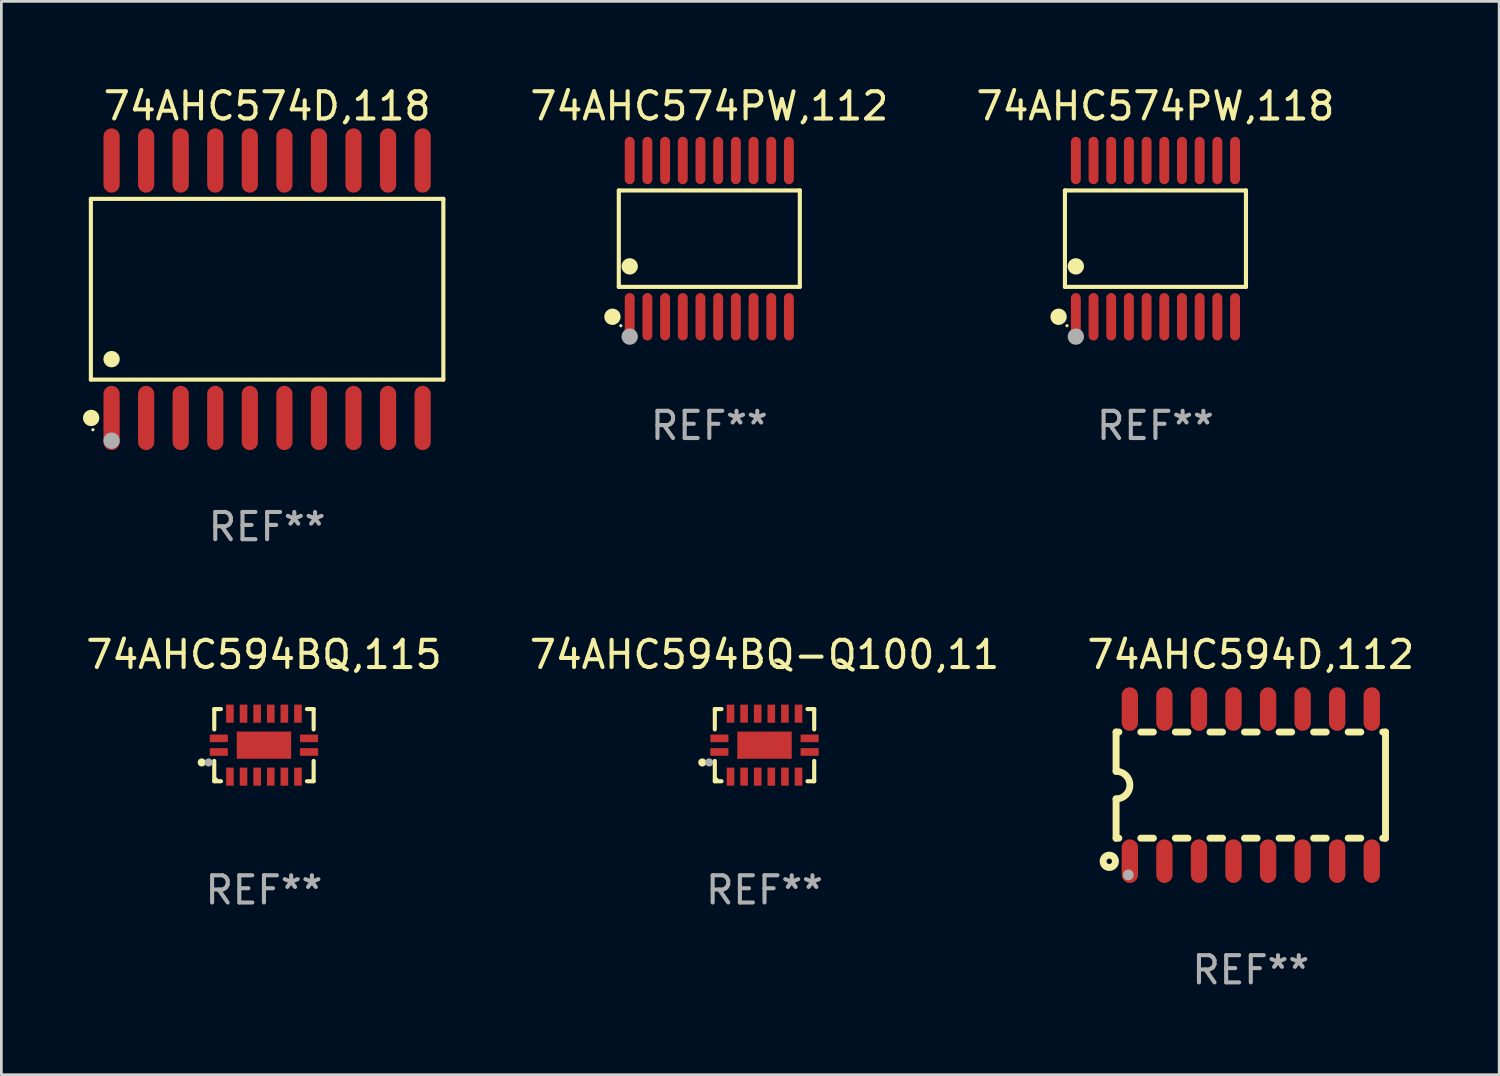
<source format=kicad_pcb>
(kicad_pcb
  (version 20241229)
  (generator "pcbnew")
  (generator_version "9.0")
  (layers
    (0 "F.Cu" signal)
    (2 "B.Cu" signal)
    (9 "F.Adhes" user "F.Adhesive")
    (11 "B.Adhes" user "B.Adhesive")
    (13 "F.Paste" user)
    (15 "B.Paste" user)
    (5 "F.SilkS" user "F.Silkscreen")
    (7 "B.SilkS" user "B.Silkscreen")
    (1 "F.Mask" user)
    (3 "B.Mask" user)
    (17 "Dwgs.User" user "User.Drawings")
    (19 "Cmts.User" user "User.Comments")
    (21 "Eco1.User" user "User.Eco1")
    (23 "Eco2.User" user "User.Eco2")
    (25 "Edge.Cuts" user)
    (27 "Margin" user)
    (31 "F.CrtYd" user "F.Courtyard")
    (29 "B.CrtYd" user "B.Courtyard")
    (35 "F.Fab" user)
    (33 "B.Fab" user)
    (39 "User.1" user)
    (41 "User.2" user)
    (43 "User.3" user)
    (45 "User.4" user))
  (footprint "74AHC594BQ-Q100,11"
    (layer "F.Cu")
    (at 25.042 24.331)
    (property "Reference" "74AHC594BQ-Q100,11" (at 0 -3.326 0) (layer "F.SilkS") (effects (font (size 1 1) (thickness 0.15))))
    (attr through_hole)
    (fp_line (start -1.826 -1.326) (end -1.58 -1.326) (stroke (width 0.152) (type solid)) (layer "F.SilkS"))
    (fp_line (start -1.826 -0.58) (end -1.826 -1.326) (stroke (width 0.152) (type solid)) (layer "F.SilkS"))
    (fp_line (start -1.826 0.58) (end -1.826 1.326) (stroke (width 0.152) (type solid)) (layer "F.SilkS"))
    (fp_line (start -1.826 1.326) (end -1.58 1.326) (stroke (width 0.152) (type solid)) (layer "F.SilkS"))
    (fp_line (start 1.826 -1.326) (end 1.58 -1.326) (stroke (width 0.152) (type solid)) (layer "F.SilkS"))
    (fp_line (start 1.826 -0.58) (end 1.826 -1.326) (stroke (width 0.152) (type solid)) (layer "F.SilkS"))
    (fp_line (start 1.826 0.58) (end 1.826 1.326) (stroke (width 0.152) (type solid)) (layer "F.SilkS"))
    (fp_line (start 1.826 1.326) (end 1.58 1.326) (stroke (width 0.152) (type solid)) (layer "F.SilkS"))
    (fp_circle (center -2.286 0.635) (end -2.211 0.635) (stroke (width 0.15) (type solid)) (fill no) (layer "F.SilkS"))
    (fp_circle (center -1.75 1.25) (end -1.72 1.25) (stroke (width 0.06) (type solid)) (fill no) (layer "F.SilkS"))
    (fp_circle (center -2.032 0.635) (end -1.957 0.635) (stroke (width 0.15) (type solid)) (fill no) (layer "F.Fab"))
    (fp_text user "REF**" (at 0 5.326 0) (layer "F.Fab") (effects (font (size 1 1) (thickness 0.15))))
    (pad "1" smd rect (at -1.658 0.25) (size 0.665 0.28) (layers "F.Cu" "F.Mask" "F.Paste"))
    (pad "2" smd rect (at -1.25 1.157) (size 0.28 0.665) (layers "F.Cu" "F.Mask" "F.Paste"))
    (pad "3" smd rect (at -0.75 1.157) (size 0.28 0.665) (layers "F.Cu" "F.Mask" "F.Paste"))
    (pad "4" smd rect (at -0.25 1.157) (size 0.28 0.665) (layers "F.Cu" "F.Mask" "F.Paste"))
    (pad "5" smd rect (at 0.25 1.157) (size 0.28 0.665) (layers "F.Cu" "F.Mask" "F.Paste"))
    (pad "6" smd rect (at 0.75 1.157) (size 0.28 0.665) (layers "F.Cu" "F.Mask" "F.Paste"))
    (pad "7" smd rect (at 1.25 1.157) (size 0.28 0.665) (layers "F.Cu" "F.Mask" "F.Paste"))
    (pad "8" smd rect (at 1.658 0.25) (size 0.665 0.28) (layers "F.Cu" "F.Mask" "F.Paste"))
    (pad "9" smd rect (at 1.658 -0.25) (size 0.665 0.28) (layers "F.Cu" "F.Mask" "F.Paste"))
    (pad "10" smd rect (at 1.25 -1.157) (size 0.28 0.665) (layers "F.Cu" "F.Mask" "F.Paste"))
    (pad "11" smd rect (at 0.75 -1.157) (size 0.28 0.665) (layers "F.Cu" "F.Mask" "F.Paste"))
    (pad "12" smd rect (at 0.25 -1.157) (size 0.28 0.665) (layers "F.Cu" "F.Mask" "F.Paste"))
    (pad "13" smd rect (at -0.25 -1.157) (size 0.28 0.665) (layers "F.Cu" "F.Mask" "F.Paste"))
    (pad "14" smd rect (at -0.75 -1.157) (size 0.28 0.665) (layers "F.Cu" "F.Mask" "F.Paste"))
    (pad "15" smd rect (at -1.25 -1.157) (size 0.28 0.665) (layers "F.Cu" "F.Mask" "F.Paste"))
    (pad "16" smd rect (at -1.658 -0.25) (size 0.665 0.28) (layers "F.Cu" "F.Mask" "F.Paste"))
    (pad "17" smd rect (at 0 0) (size 2 1) (layers "F.Cu" "F.Mask" "F.Paste")))
  (footprint "74AHC574D,118"
    (layer "F.Cu")
    (at 6.765 7.578)
    (property "Reference" "74AHC574D,118" (at 0 -6.73 0) (layer "F.SilkS") (effects (font (size 1 1) (thickness 0.15))))
    (attr through_hole)
    (fp_line (start -6.476 -3.321) (end 6.476 -3.321) (stroke (width 0.152) (type solid)) (layer "F.SilkS"))
    (fp_line (start -6.476 3.321) (end -6.476 -3.321) (stroke (width 0.152) (type solid)) (layer "F.SilkS"))
    (fp_line (start 6.476 -3.321) (end 6.476 3.321) (stroke (width 0.152) (type solid)) (layer "F.SilkS"))
    (fp_line (start 6.476 3.321) (end -6.476 3.321) (stroke (width 0.152) (type solid)) (layer "F.SilkS"))
    (fp_circle (center -6.465 4.73) (end -6.315 4.73) (stroke (width 0.3) (type solid)) (fill no) (layer "F.SilkS"))
    (fp_circle (center -6.4 5.163) (end -6.37 5.163) (stroke (width 0.06) (type solid)) (fill no) (layer "F.SilkS"))
    (fp_circle (center -5.715 2.569) (end -5.565 2.569) (stroke (width 0.3) (type solid)) (fill no) (layer "F.SilkS"))
    (fp_circle (center -5.715 5.563) (end -5.565 5.563) (stroke (width 0.3) (type solid)) (fill no) (layer "F.Fab"))
    (fp_text user "REF**" (at 0 8.73 0) (layer "F.Fab") (effects (font (size 1 1) (thickness 0.15))))
    (pad "1" smd oval (at -5.715 4.73) (size 0.595 2.36) (layers "F.Cu" "F.Mask" "F.Paste"))
    (pad "2" smd oval (at -4.445 4.73) (size 0.595 2.36) (layers "F.Cu" "F.Mask" "F.Paste"))
    (pad "3" smd oval (at -3.175 4.73) (size 0.595 2.36) (layers "F.Cu" "F.Mask" "F.Paste"))
    (pad "4" smd oval (at -1.905 4.73) (size 0.595 2.36) (layers "F.Cu" "F.Mask" "F.Paste"))
    (pad "5" smd oval (at -0.635 4.73) (size 0.595 2.36) (layers "F.Cu" "F.Mask" "F.Paste"))
    (pad "6" smd oval (at 0.635 4.73) (size 0.595 2.36) (layers "F.Cu" "F.Mask" "F.Paste"))
    (pad "7" smd oval (at 1.905 4.73) (size 0.595 2.36) (layers "F.Cu" "F.Mask" "F.Paste"))
    (pad "8" smd oval (at 3.175 4.73) (size 0.595 2.36) (layers "F.Cu" "F.Mask" "F.Paste"))
    (pad "9" smd oval (at 4.445 4.73) (size 0.595 2.36) (layers "F.Cu" "F.Mask" "F.Paste"))
    (pad "10" smd oval (at 5.715 4.73) (size 0.595 2.36) (layers "F.Cu" "F.Mask" "F.Paste"))
    (pad "11" smd oval (at 5.715 -4.73) (size 0.595 2.36) (layers "F.Cu" "F.Mask" "F.Paste"))
    (pad "12" smd oval (at 4.445 -4.73) (size 0.595 2.36) (layers "F.Cu" "F.Mask" "F.Paste"))
    (pad "13" smd oval (at 3.175 -4.73) (size 0.595 2.36) (layers "F.Cu" "F.Mask" "F.Paste"))
    (pad "14" smd oval (at 1.905 -4.73) (size 0.595 2.36) (layers "F.Cu" "F.Mask" "F.Paste"))
    (pad "15" smd oval (at 0.635 -4.73) (size 0.595 2.36) (layers "F.Cu" "F.Mask" "F.Paste"))
    (pad "16" smd oval (at -0.635 -4.73) (size 0.595 2.36) (layers "F.Cu" "F.Mask" "F.Paste"))
    (pad "17" smd oval (at -1.905 -4.73) (size 0.595 2.36) (layers "F.Cu" "F.Mask" "F.Paste"))
    (pad "18" smd oval (at -3.175 -4.73) (size 0.595 2.36) (layers "F.Cu" "F.Mask" "F.Paste"))
    (pad "19" smd oval (at -4.445 -4.73) (size 0.595 2.36) (layers "F.Cu" "F.Mask" "F.Paste"))
    (pad "20" smd oval (at -5.715 -4.73) (size 0.595 2.36) (layers "F.Cu" "F.Mask" "F.Paste")))
  (footprint "74AHC574PW,118"
    (layer "F.Cu")
    (at 39.407 5.719)
    (property "Reference" "74AHC574PW,118" (at 0 -4.871 0) (layer "F.SilkS") (effects (font (size 1 1) (thickness 0.15))))
    (attr through_hole)
    (fp_line (start -3.326 -1.771) (end 3.326 -1.771) (stroke (width 0.152) (type solid)) (layer "F.SilkS"))
    (fp_line (start -3.326 1.771) (end -3.326 -1.771) (stroke (width 0.152) (type solid)) (layer "F.SilkS"))
    (fp_line (start 3.326 -1.771) (end 3.326 1.771) (stroke (width 0.152) (type solid)) (layer "F.SilkS"))
    (fp_line (start 3.326 1.771) (end -3.326 1.771) (stroke (width 0.152) (type solid)) (layer "F.SilkS"))
    (fp_circle (center -3.559 2.871) (end -3.409 2.871) (stroke (width 0.3) (type solid)) (fill no) (layer "F.SilkS"))
    (fp_circle (center -3.25 3.2) (end -3.22 3.2) (stroke (width 0.06) (type solid)) (fill no) (layer "F.SilkS"))
    (fp_circle (center -2.925 1.019) (end -2.775 1.019) (stroke (width 0.3) (type solid)) (fill no) (layer "F.SilkS"))
    (fp_circle (center -2.925 3.6) (end -2.775 3.6) (stroke (width 0.3) (type solid)) (fill no) (layer "F.Fab"))
    (fp_text user "REF**" (at 0 6.871 0) (layer "F.Fab") (effects (font (size 1 1) (thickness 0.15))))
    (pad "1" smd oval (at -2.925 2.871) (size 0.364 1.742) (layers "F.Cu" "F.Mask" "F.Paste"))
    (pad "2" smd oval (at -2.275 2.871) (size 0.364 1.742) (layers "F.Cu" "F.Mask" "F.Paste"))
    (pad "3" smd oval (at -1.625 2.871) (size 0.364 1.742) (layers "F.Cu" "F.Mask" "F.Paste"))
    (pad "4" smd oval (at -0.975 2.871) (size 0.364 1.742) (layers "F.Cu" "F.Mask" "F.Paste"))
    (pad "5" smd oval (at -0.325 2.871) (size 0.364 1.742) (layers "F.Cu" "F.Mask" "F.Paste"))
    (pad "6" smd oval (at 0.325 2.871) (size 0.364 1.742) (layers "F.Cu" "F.Mask" "F.Paste"))
    (pad "7" smd oval (at 0.975 2.871) (size 0.364 1.742) (layers "F.Cu" "F.Mask" "F.Paste"))
    (pad "8" smd oval (at 1.625 2.871) (size 0.364 1.742) (layers "F.Cu" "F.Mask" "F.Paste"))
    (pad "9" smd oval (at 2.275 2.871) (size 0.364 1.742) (layers "F.Cu" "F.Mask" "F.Paste"))
    (pad "10" smd oval (at 2.925 2.871) (size 0.364 1.742) (layers "F.Cu" "F.Mask" "F.Paste"))
    (pad "11" smd oval (at 2.925 -2.871) (size 0.364 1.742) (layers "F.Cu" "F.Mask" "F.Paste"))
    (pad "12" smd oval (at 2.275 -2.871) (size 0.364 1.742) (layers "F.Cu" "F.Mask" "F.Paste"))
    (pad "13" smd oval (at 1.625 -2.871) (size 0.364 1.742) (layers "F.Cu" "F.Mask" "F.Paste"))
    (pad "14" smd oval (at 0.975 -2.871) (size 0.364 1.742) (layers "F.Cu" "F.Mask" "F.Paste"))
    (pad "15" smd oval (at 0.325 -2.871) (size 0.364 1.742) (layers "F.Cu" "F.Mask" "F.Paste"))
    (pad "16" smd oval (at -0.325 -2.871) (size 0.364 1.742) (layers "F.Cu" "F.Mask" "F.Paste"))
    (pad "17" smd oval (at -0.975 -2.871) (size 0.364 1.742) (layers "F.Cu" "F.Mask" "F.Paste"))
    (pad "18" smd oval (at -1.625 -2.871) (size 0.364 1.742) (layers "F.Cu" "F.Mask" "F.Paste"))
    (pad "19" smd oval (at -2.275 -2.871) (size 0.364 1.742) (layers "F.Cu" "F.Mask" "F.Paste"))
    (pad "20" smd oval (at -2.925 -2.871) (size 0.364 1.742) (layers "F.Cu" "F.Mask" "F.Paste")))
  (footprint "74AHC574PW,112"
    (layer "F.Cu")
    (at 23.014 5.719)
    (property "Reference" "74AHC574PW,112" (at 0 -4.871 0) (layer "F.SilkS") (effects (font (size 1 1) (thickness 0.15))))
    (attr through_hole)
    (fp_line (start -3.326 -1.771) (end 3.326 -1.771) (stroke (width 0.152) (type solid)) (layer "F.SilkS"))
    (fp_line (start -3.326 1.771) (end -3.326 -1.771) (stroke (width 0.152) (type solid)) (layer "F.SilkS"))
    (fp_line (start 3.326 -1.771) (end 3.326 1.771) (stroke (width 0.152) (type solid)) (layer "F.SilkS"))
    (fp_line (start 3.326 1.771) (end -3.326 1.771) (stroke (width 0.152) (type solid)) (layer "F.SilkS"))
    (fp_circle (center -3.559 2.871) (end -3.409 2.871) (stroke (width 0.3) (type solid)) (fill no) (layer "F.SilkS"))
    (fp_circle (center -3.25 3.2) (end -3.22 3.2) (stroke (width 0.06) (type solid)) (fill no) (layer "F.SilkS"))
    (fp_circle (center -2.925 1.019) (end -2.775 1.019) (stroke (width 0.3) (type solid)) (fill no) (layer "F.SilkS"))
    (fp_circle (center -2.925 3.6) (end -2.775 3.6) (stroke (width 0.3) (type solid)) (fill no) (layer "F.Fab"))
    (fp_text user "REF**" (at 0 6.871 0) (layer "F.Fab") (effects (font (size 1 1) (thickness 0.15))))
    (pad "1" smd oval (at -2.925 2.871) (size 0.364 1.742) (layers "F.Cu" "F.Mask" "F.Paste"))
    (pad "2" smd oval (at -2.275 2.871) (size 0.364 1.742) (layers "F.Cu" "F.Mask" "F.Paste"))
    (pad "3" smd oval (at -1.625 2.871) (size 0.364 1.742) (layers "F.Cu" "F.Mask" "F.Paste"))
    (pad "4" smd oval (at -0.975 2.871) (size 0.364 1.742) (layers "F.Cu" "F.Mask" "F.Paste"))
    (pad "5" smd oval (at -0.325 2.871) (size 0.364 1.742) (layers "F.Cu" "F.Mask" "F.Paste"))
    (pad "6" smd oval (at 0.325 2.871) (size 0.364 1.742) (layers "F.Cu" "F.Mask" "F.Paste"))
    (pad "7" smd oval (at 0.975 2.871) (size 0.364 1.742) (layers "F.Cu" "F.Mask" "F.Paste"))
    (pad "8" smd oval (at 1.625 2.871) (size 0.364 1.742) (layers "F.Cu" "F.Mask" "F.Paste"))
    (pad "9" smd oval (at 2.275 2.871) (size 0.364 1.742) (layers "F.Cu" "F.Mask" "F.Paste"))
    (pad "10" smd oval (at 2.925 2.871) (size 0.364 1.742) (layers "F.Cu" "F.Mask" "F.Paste"))
    (pad "11" smd oval (at 2.925 -2.871) (size 0.364 1.742) (layers "F.Cu" "F.Mask" "F.Paste"))
    (pad "12" smd oval (at 2.275 -2.871) (size 0.364 1.742) (layers "F.Cu" "F.Mask" "F.Paste"))
    (pad "13" smd oval (at 1.625 -2.871) (size 0.364 1.742) (layers "F.Cu" "F.Mask" "F.Paste"))
    (pad "14" smd oval (at 0.975 -2.871) (size 0.364 1.742) (layers "F.Cu" "F.Mask" "F.Paste"))
    (pad "15" smd oval (at 0.325 -2.871) (size 0.364 1.742) (layers "F.Cu" "F.Mask" "F.Paste"))
    (pad "16" smd oval (at -0.325 -2.871) (size 0.364 1.742) (layers "F.Cu" "F.Mask" "F.Paste"))
    (pad "17" smd oval (at -0.975 -2.871) (size 0.364 1.742) (layers "F.Cu" "F.Mask" "F.Paste"))
    (pad "18" smd oval (at -1.625 -2.871) (size 0.364 1.742) (layers "F.Cu" "F.Mask" "F.Paste"))
    (pad "19" smd oval (at -2.275 -2.871) (size 0.364 1.742) (layers "F.Cu" "F.Mask" "F.Paste"))
    (pad "20" smd oval (at -2.925 -2.871) (size 0.364 1.742) (layers "F.Cu" "F.Mask" "F.Paste")))
  (footprint "74AHC594D,112"
    (layer "F.Cu")
    (at 42.911 25.799)
    (property "Reference" "74AHC594D,112" (at 0 -4.794 0) (layer "F.SilkS") (effects (font (size 1 1) (thickness 0.15))))
    (attr through_hole)
    (fp_line (start -4.95 -1.95) (end -4.95 -0.508) (stroke (width 0.254) (type solid)) (layer "F.SilkS"))
    (fp_line (start -4.95 -1.95) (end -4.849 -1.95) (stroke (width 0.254) (type solid)) (layer "F.SilkS"))
    (fp_line (start -4.95 1.95) (end -4.95 0.508) (stroke (width 0.254) (type solid)) (layer "F.SilkS"))
    (fp_line (start -4.95 1.95) (end -4.849 1.95) (stroke (width 0.254) (type solid)) (layer "F.SilkS"))
    (fp_line (start -4.041 -1.95) (end -3.579 -1.95) (stroke (width 0.254) (type solid)) (layer "F.SilkS"))
    (fp_line (start -4.041 1.95) (end -3.579 1.95) (stroke (width 0.254) (type solid)) (layer "F.SilkS"))
    (fp_line (start -2.771 -1.95) (end -2.309 -1.95) (stroke (width 0.254) (type solid)) (layer "F.SilkS"))
    (fp_line (start -2.771 1.95) (end -2.309 1.95) (stroke (width 0.254) (type solid)) (layer "F.SilkS"))
    (fp_line (start -1.501 -1.95) (end -1.039 -1.95) (stroke (width 0.254) (type solid)) (layer "F.SilkS"))
    (fp_line (start -1.501 1.95) (end -1.039 1.95) (stroke (width 0.254) (type solid)) (layer "F.SilkS"))
    (fp_line (start -0.231 -1.95) (end 0.231 -1.95) (stroke (width 0.254) (type solid)) (layer "F.SilkS"))
    (fp_line (start -0.231 1.95) (end 0.231 1.95) (stroke (width 0.254) (type solid)) (layer "F.SilkS"))
    (fp_line (start 1.039 -1.95) (end 1.501 -1.95) (stroke (width 0.254) (type solid)) (layer "F.SilkS"))
    (fp_line (start 1.039 1.95) (end 1.501 1.95) (stroke (width 0.254) (type solid)) (layer "F.SilkS"))
    (fp_line (start 2.309 -1.95) (end 2.771 -1.95) (stroke (width 0.254) (type solid)) (layer "F.SilkS"))
    (fp_line (start 2.309 1.95) (end 2.771 1.95) (stroke (width 0.254) (type solid)) (layer "F.SilkS"))
    (fp_line (start 3.579 -1.95) (end 4.041 -1.95) (stroke (width 0.254) (type solid)) (layer "F.SilkS"))
    (fp_line (start 3.579 1.95) (end 4.041 1.95) (stroke (width 0.254) (type solid)) (layer "F.SilkS"))
    (fp_line (start 4.849 -1.95) (end 4.95 -1.95) (stroke (width 0.254) (type solid)) (layer "F.SilkS"))
    (fp_line (start 4.849 1.95) (end 4.95 1.95) (stroke (width 0.254) (type solid)) (layer "F.SilkS"))
    (fp_line (start 4.95 -1.95) (end 4.95 1.95) (stroke (width 0.254) (type solid)) (layer "F.SilkS"))
    (fp_arc (start -4.95047 -0.508001) (mid -4.442469 -0.000228) (end -4.950013 0.508001) (stroke (width 0.254001) (type solid)) (layer "F.SilkS"))
    (fp_circle (center -5.2 2.8) (end -5.1 2.8) (stroke (width 0.254) (type solid)) (fill no) (layer "F.SilkS"))
    (fp_circle (center -4.95 2.947) (end -4.92 2.947) (stroke (width 0.06) (type solid)) (fill no) (layer "F.SilkS"))
    (fp_circle (center -4.5 3.3) (end -4.4 3.3) (stroke (width 0.2) (type solid)) (fill no) (layer "F.Fab"))
    (fp_text user "REF**" (at 0 6.794 0) (layer "F.Fab") (effects (font (size 1 1) (thickness 0.15))))
    (pad "1" smd oval (at -4.445 2.794) (size 0.6 1.6) (layers "F.Cu" "F.Mask" "F.Paste"))
    (pad "2" smd oval (at -3.175 2.794) (size 0.6 1.6) (layers "F.Cu" "F.Mask" "F.Paste"))
    (pad "3" smd oval (at -1.905 2.794) (size 0.6 1.6) (layers "F.Cu" "F.Mask" "F.Paste"))
    (pad "4" smd oval (at -0.635 2.794) (size 0.6 1.6) (layers "F.Cu" "F.Mask" "F.Paste"))
    (pad "5" smd oval (at 0.635 2.794) (size 0.6 1.6) (layers "F.Cu" "F.Mask" "F.Paste"))
    (pad "6" smd oval (at 1.905 2.794) (size 0.6 1.6) (layers "F.Cu" "F.Mask" "F.Paste"))
    (pad "7" smd oval (at 3.175 2.794) (size 0.6 1.6) (layers "F.Cu" "F.Mask" "F.Paste"))
    (pad "8" smd oval (at 4.445 2.794) (size 0.6 1.6) (layers "F.Cu" "F.Mask" "F.Paste"))
    (pad "9" smd oval (at 4.445 -2.794) (size 0.6 1.6) (layers "F.Cu" "F.Mask" "F.Paste"))
    (pad "10" smd oval (at 3.175 -2.794) (size 0.6 1.6) (layers "F.Cu" "F.Mask" "F.Paste"))
    (pad "11" smd oval (at 1.905 -2.794) (size 0.6 1.6) (layers "F.Cu" "F.Mask" "F.Paste"))
    (pad "12" smd oval (at 0.635 -2.794) (size 0.6 1.6) (layers "F.Cu" "F.Mask" "F.Paste"))
    (pad "13" smd oval (at -0.635 -2.794) (size 0.6 1.6) (layers "F.Cu" "F.Mask" "F.Paste"))
    (pad "14" smd oval (at -1.905 -2.794) (size 0.6 1.6) (layers "F.Cu" "F.Mask" "F.Paste"))
    (pad "15" smd oval (at -3.175 -2.794) (size 0.6 1.6) (layers "F.Cu" "F.Mask" "F.Paste"))
    (pad "16" smd oval (at -4.445 -2.794) (size 0.6 1.6) (layers "F.Cu" "F.Mask" "F.Paste")))
  (footprint "74AHC594BQ,115"
    (layer "F.Cu")
    (at 6.649 24.331)
    (property "Reference" "74AHC594BQ,115" (at 0 -3.326 0) (layer "F.SilkS") (effects (font (size 1 1) (thickness 0.15))))
    (attr through_hole)
    (fp_line (start -1.826 -1.326) (end -1.58 -1.326) (stroke (width 0.152) (type solid)) (layer "F.SilkS"))
    (fp_line (start -1.826 -0.58) (end -1.826 -1.326) (stroke (width 0.152) (type solid)) (layer "F.SilkS"))
    (fp_line (start -1.826 0.58) (end -1.826 1.326) (stroke (width 0.152) (type solid)) (layer "F.SilkS"))
    (fp_line (start -1.826 1.326) (end -1.58 1.326) (stroke (width 0.152) (type solid)) (layer "F.SilkS"))
    (fp_line (start 1.826 -1.326) (end 1.58 -1.326) (stroke (width 0.152) (type solid)) (layer "F.SilkS"))
    (fp_line (start 1.826 -0.58) (end 1.826 -1.326) (stroke (width 0.152) (type solid)) (layer "F.SilkS"))
    (fp_line (start 1.826 0.58) (end 1.826 1.326) (stroke (width 0.152) (type solid)) (layer "F.SilkS"))
    (fp_line (start 1.826 1.326) (end 1.58 1.326) (stroke (width 0.152) (type solid)) (layer "F.SilkS"))
    (fp_circle (center -2.286 0.635) (end -2.211 0.635) (stroke (width 0.15) (type solid)) (fill no) (layer "F.SilkS"))
    (fp_circle (center -1.75 1.25) (end -1.72 1.25) (stroke (width 0.06) (type solid)) (fill no) (layer "F.SilkS"))
    (fp_circle (center -2.032 0.635) (end -1.957 0.635) (stroke (width 0.15) (type solid)) (fill no) (layer "F.Fab"))
    (fp_text user "REF**" (at 0 5.326 0) (layer "F.Fab") (effects (font (size 1 1) (thickness 0.15))))
    (pad "1" smd rect (at -1.658 0.25) (size 0.665 0.28) (layers "F.Cu" "F.Mask" "F.Paste"))
    (pad "2" smd rect (at -1.25 1.157) (size 0.28 0.665) (layers "F.Cu" "F.Mask" "F.Paste"))
    (pad "3" smd rect (at -0.75 1.157) (size 0.28 0.665) (layers "F.Cu" "F.Mask" "F.Paste"))
    (pad "4" smd rect (at -0.25 1.157) (size 0.28 0.665) (layers "F.Cu" "F.Mask" "F.Paste"))
    (pad "5" smd rect (at 0.25 1.157) (size 0.28 0.665) (layers "F.Cu" "F.Mask" "F.Paste"))
    (pad "6" smd rect (at 0.75 1.157) (size 0.28 0.665) (layers "F.Cu" "F.Mask" "F.Paste"))
    (pad "7" smd rect (at 1.25 1.157) (size 0.28 0.665) (layers "F.Cu" "F.Mask" "F.Paste"))
    (pad "8" smd rect (at 1.658 0.25) (size 0.665 0.28) (layers "F.Cu" "F.Mask" "F.Paste"))
    (pad "9" smd rect (at 1.658 -0.25) (size 0.665 0.28) (layers "F.Cu" "F.Mask" "F.Paste"))
    (pad "10" smd rect (at 1.25 -1.157) (size 0.28 0.665) (layers "F.Cu" "F.Mask" "F.Paste"))
    (pad "11" smd rect (at 0.75 -1.157) (size 0.28 0.665) (layers "F.Cu" "F.Mask" "F.Paste"))
    (pad "12" smd rect (at 0.25 -1.157) (size 0.28 0.665) (layers "F.Cu" "F.Mask" "F.Paste"))
    (pad "13" smd rect (at -0.25 -1.157) (size 0.28 0.665) (layers "F.Cu" "F.Mask" "F.Paste"))
    (pad "14" smd rect (at -0.75 -1.157) (size 0.28 0.665) (layers "F.Cu" "F.Mask" "F.Paste"))
    (pad "15" smd rect (at -1.25 -1.157) (size 0.28 0.665) (layers "F.Cu" "F.Mask" "F.Paste"))
    (pad "16" smd rect (at -1.658 -0.25) (size 0.665 0.28) (layers "F.Cu" "F.Mask" "F.Paste"))
    (pad "17" smd rect (at 0 0) (size 2 1) (layers "F.Cu" "F.Mask" "F.Paste")))
  (gr_rect
    (start -3 -3)
    (end 52.036 36.441)
    (stroke (width 0.1) (type default))
    (fill no)
    (layer "Edge.Cuts")))
</source>
